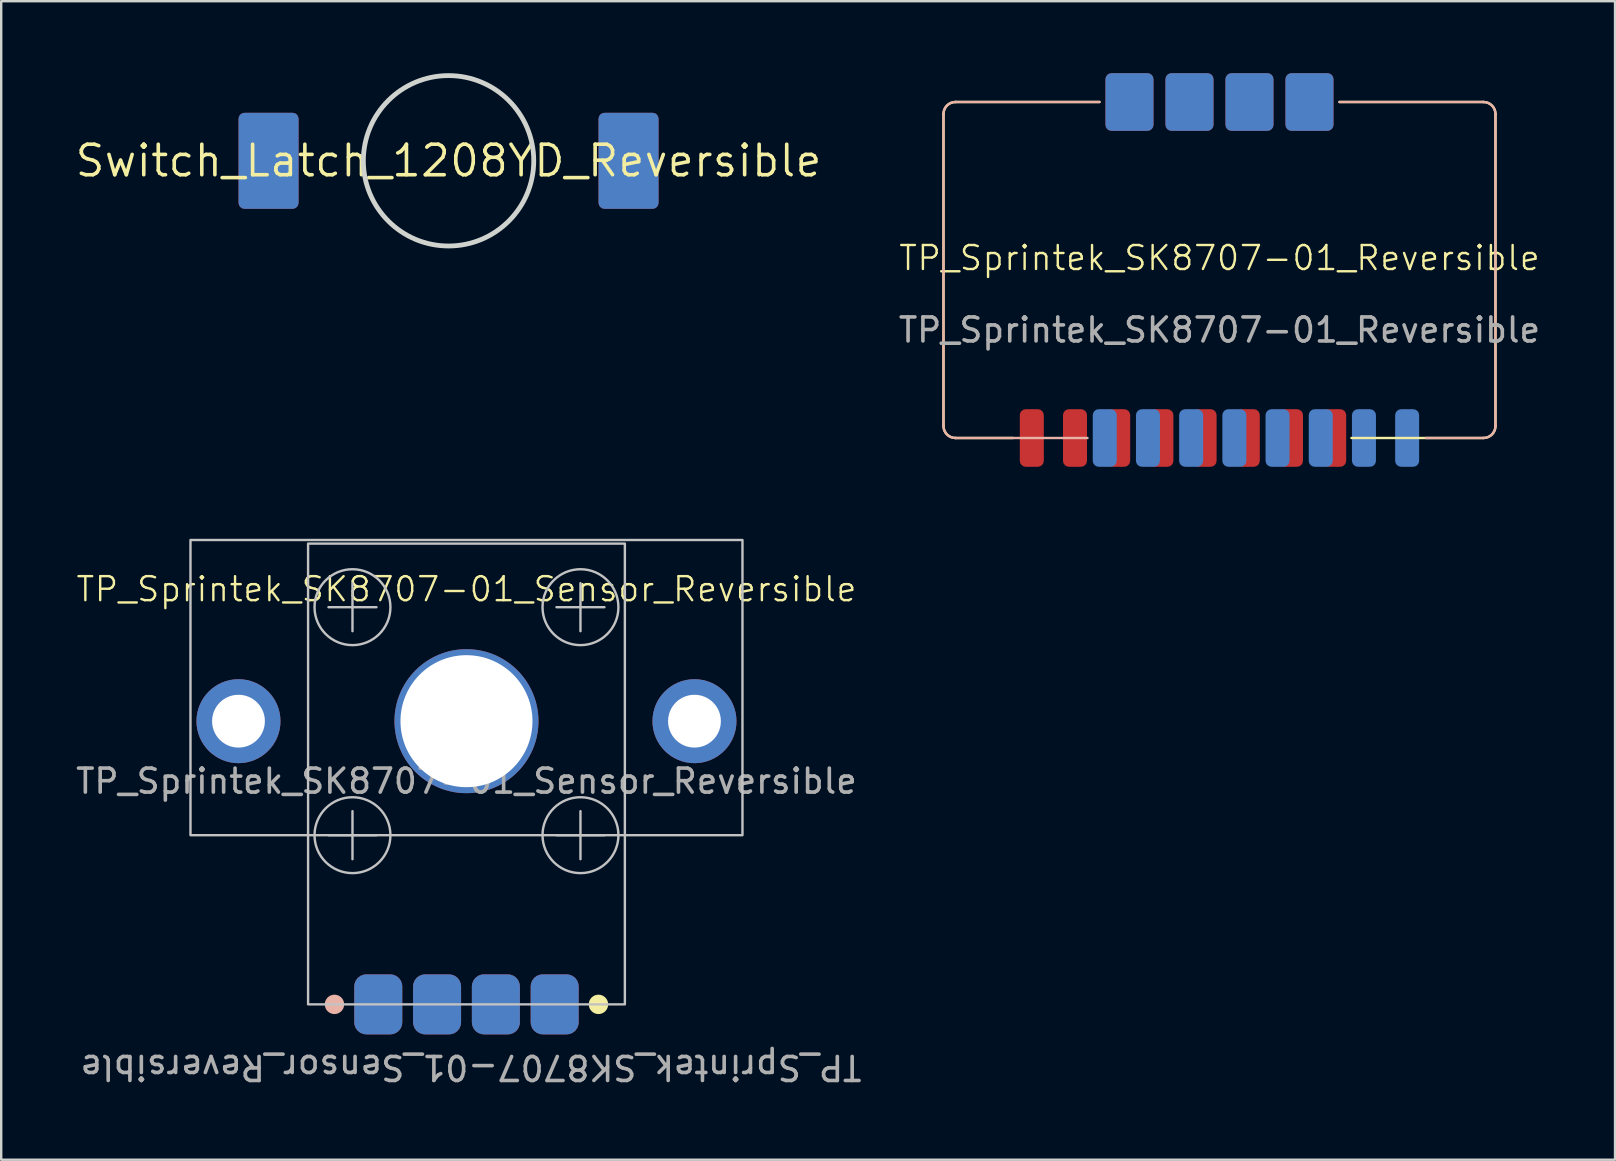
<source format=kicad_pcb>
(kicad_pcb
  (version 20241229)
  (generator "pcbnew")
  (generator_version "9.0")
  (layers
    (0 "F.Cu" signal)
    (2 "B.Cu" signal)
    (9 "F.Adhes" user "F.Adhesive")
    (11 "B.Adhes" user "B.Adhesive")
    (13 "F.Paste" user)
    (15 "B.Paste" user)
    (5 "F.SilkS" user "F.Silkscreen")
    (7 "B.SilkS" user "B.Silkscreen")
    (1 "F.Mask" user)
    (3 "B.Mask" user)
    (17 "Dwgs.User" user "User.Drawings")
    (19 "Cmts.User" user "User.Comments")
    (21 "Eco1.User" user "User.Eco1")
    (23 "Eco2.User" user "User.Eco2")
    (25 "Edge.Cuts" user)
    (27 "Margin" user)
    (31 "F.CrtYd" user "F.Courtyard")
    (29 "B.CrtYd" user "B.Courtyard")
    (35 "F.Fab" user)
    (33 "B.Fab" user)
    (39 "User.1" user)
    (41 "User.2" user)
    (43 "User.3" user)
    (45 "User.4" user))
  (footprint "Switch_Latch_1208YD_Reversible"
    (layer "F.Cu")
    (at 15.64 3.65)
    (property "Reference" "Switch_Latch_1208YD_Reversible" (at 0 0 0) (layer "F.SilkS") (effects (font (size 1.27 1.27) (thickness 0.15))))
    (attr smd)
    (fp_circle (center 0 0) (end 3.55 0) (stroke (width 0.2) (type default)) (fill no) (layer "Edge.Cuts"))
    (pad "1" smd roundrect (at -7.5 0) (size 2.5 4) (layers "F.Cu" "F.Mask" "F.Paste") (roundrect_rratio 0.1))
    (pad "1" smd roundrect (at 7.5 0) (size 2.5 4) (layers "B.Cu" "B.Mask" "B.Paste") (roundrect_rratio 0.1))
    (pad "2" smd roundrect (at -7.5 0) (size 2.5 4) (layers "B.Cu" "B.Mask" "B.Paste") (roundrect_rratio 0.1))
    (pad "2" smd roundrect (at 7.5 0) (size 2.5 4) (layers "F.Cu" "F.Mask" "F.Paste") (roundrect_rratio 0.1)))
  (footprint "TP_Sprintek_SK8707-01_Reversible"
    (layer "F.Cu")
    (at 47.763 8.2)
    (property "Reference" "TP_Sprintek_SK8707-01_Reversible" (at 0 -0.5 0) (unlocked yes) (layer "F.SilkS") (effects (font (size 1 1) (thickness 0.1))))
    (attr smd)
    (fp_line (start -11.5 6.5) (end -11.5 -6.5) (stroke (width 0.1) (type default)) (layer "F.SilkS"))
    (fp_line (start -11 -7) (end -5 -7) (stroke (width 0.1) (type default)) (layer "F.SilkS"))
    (fp_line (start -8.6 7) (end -11 7) (stroke (width 0.1) (type default)) (layer "F.SilkS"))
    (fp_line (start 11 -7) (end 5 -7) (stroke (width 0.1) (type default)) (layer "F.SilkS"))
    (fp_line (start 11 7) (end 5.5 7) (stroke (width 0.1) (type default)) (layer "F.SilkS"))
    (fp_line (start 11.5 -6.5) (end 11.5 6.5) (stroke (width 0.1) (type default)) (layer "F.SilkS"))
    (fp_arc (start -11.5 -6.5) (mid -11.353553 -6.853553) (end -11 -7) (stroke (width 0.1) (type default)) (layer "F.SilkS"))
    (fp_arc (start -11 7) (mid -11.353553 6.853553) (end -11.5 6.5) (stroke (width 0.1) (type default)) (layer "F.SilkS"))
    (fp_arc (start 11 -7) (mid 11.353553 -6.853553) (end 11.5 -6.5) (stroke (width 0.1) (type default)) (layer "F.SilkS"))
    (fp_arc (start 11.5 6.5) (mid 11.353553 6.853553) (end 11 7) (stroke (width 0.1) (type default)) (layer "F.SilkS"))
    (fp_line (start -11.5 -6.5) (end -11.5 6.5) (stroke (width 0.1) (type default)) (layer "B.SilkS"))
    (fp_line (start -11 -7) (end -5 -7) (stroke (width 0.1) (type default)) (layer "B.SilkS"))
    (fp_line (start -11 7) (end -5.5 7) (stroke (width 0.1) (type default)) (layer "B.SilkS"))
    (fp_line (start 8.6 7) (end 11 7) (stroke (width 0.1) (type default)) (layer "B.SilkS"))
    (fp_line (start 11 -7) (end 5 -7) (stroke (width 0.1) (type default)) (layer "B.SilkS"))
    (fp_line (start 11.5 6.5) (end 11.5 -6.5) (stroke (width 0.1) (type default)) (layer "B.SilkS"))
    (fp_arc (start -11.5 -6.5) (mid -11.353553 -6.853553) (end -11 -7) (stroke (width 0.1) (type default)) (layer "B.SilkS"))
    (fp_arc (start -11 7) (mid -11.353553 6.853553) (end -11.5 6.5) (stroke (width 0.1) (type default)) (layer "B.SilkS"))
    (fp_arc (start 11 -7) (mid 11.353553 -6.853553) (end 11.5 -6.5) (stroke (width 0.1) (type default)) (layer "B.SilkS"))
    (fp_arc (start 11.5 6.5) (mid 11.353553 6.853553) (end 11 7) (stroke (width 0.1) (type default)) (layer "B.SilkS"))
    (fp_text user "${REFERENCE}" (at 0 2.5 0) (unlocked yes) (layer "F.Fab") (effects (font (size 1 1) (thickness 0.15))))
    (pad "1" smd roundrect (at -7.82 7) (size 1 2.4) (layers "F.Cu" "F.Mask" "F.Paste") (roundrect_rratio 0.25))
    (pad "1" smd roundrect (at 7.82 7) (size 1 2.4) (layers "B.Cu" "B.Mask" "B.Paste") (roundrect_rratio 0.25))
    (pad "2" smd roundrect (at -6.02 7) (size 1 2.4) (layers "F.Cu" "F.Mask" "F.Paste") (roundrect_rratio 0.25))
    (pad "2" smd roundrect (at 6.02 7) (size 1 2.4) (layers "B.Cu" "B.Mask" "B.Paste") (roundrect_rratio 0.25))
    (pad "3" smd roundrect (at -4.22 7) (size 1 2.4) (layers "F.Cu" "F.Mask" "F.Paste") (roundrect_rratio 0.25))
    (pad "3" smd roundrect (at 4.22 7) (size 1 2.4) (layers "B.Cu" "B.Mask" "B.Paste") (roundrect_rratio 0.25))
    (pad "4" smd roundrect (at -2.42 7) (size 1 2.4) (layers "F.Cu" "F.Mask" "F.Paste") (roundrect_rratio 0.25))
    (pad "4" smd roundrect (at 2.42 7) (size 1 2.4) (layers "B.Cu" "B.Mask" "B.Paste") (roundrect_rratio 0.25))
    (pad "5" smd roundrect (at -0.62 7) (size 1 2.4) (layers "F.Cu" "F.Mask" "F.Paste") (roundrect_rratio 0.25))
    (pad "5" smd roundrect (at 0.62 7) (size 1 2.4) (layers "B.Cu" "B.Mask" "B.Paste") (roundrect_rratio 0.25))
    (pad "6" smd roundrect (at -1.18 7) (size 1 2.4) (layers "B.Cu" "B.Mask" "B.Paste") (roundrect_rratio 0.25))
    (pad "6" smd roundrect (at 1.18 7) (size 1 2.4) (layers "F.Cu" "F.Mask" "F.Paste") (roundrect_rratio 0.25))
    (pad "7" smd roundrect (at -2.98 7) (size 1 2.4) (layers "B.Cu" "B.Mask" "B.Paste") (roundrect_rratio 0.25))
    (pad "7" smd roundrect (at 2.98 7) (size 1 2.4) (layers "F.Cu" "F.Mask" "F.Paste") (roundrect_rratio 0.25))
    (pad "8" smd roundrect (at -4.78 7) (size 1 2.4) (layers "B.Cu" "B.Mask" "B.Paste") (roundrect_rratio 0.25))
    (pad "8" smd roundrect (at 4.78 7) (size 1 2.4) (layers "F.Cu" "F.Mask" "F.Paste") (roundrect_rratio 0.25))
    (pad "9" smd roundrect (at -3.75 -7 270) (size 2.4 2) (layers "F.Cu" "F.Mask" "F.Paste") (roundrect_rratio 0.125))
    (pad "9" smd roundrect (at 3.75 -7 90) (size 2.4 2) (layers "B.Cu" "B.Mask" "B.Paste") (roundrect_rratio 0.125))
    (pad "10" smd roundrect (at -1.25 -7 270) (size 2.4 2) (layers "F.Cu" "F.Mask" "F.Paste") (roundrect_rratio 0.125))
    (pad "10" smd roundrect (at 1.25 -7 90) (size 2.4 2) (layers "B.Cu" "B.Mask" "B.Paste") (roundrect_rratio 0.125))
    (pad "11" smd roundrect (at -1.25 -7 90) (size 2.4 2) (layers "B.Cu" "B.Mask" "B.Paste") (roundrect_rratio 0.125))
    (pad "11" smd roundrect (at 1.25 -7 270) (size 2.4 2) (layers "F.Cu" "F.Mask" "F.Paste") (roundrect_rratio 0.125))
    (pad "12" smd roundrect (at -3.75 -7 90) (size 2.4 2) (layers "B.Cu" "B.Mask" "B.Paste") (roundrect_rratio 0.125))
    (pad "12" smd roundrect (at 3.75 -7 270) (size 2.4 2) (layers "F.Cu" "F.Mask" "F.Paste") (roundrect_rratio 0.125)))
  (footprint "TP_Sprintek_SK8707-01_Sensor_Reversible"
    (layer "F.Cu")
    (at 16.387 27)
    (property "Reference" "TP_Sprintek_SK8707-01_Sensor_Reversible" (at 0 -5.5 0) (unlocked yes) (layer "F.SilkS") (effects (font (size 1 1) (thickness 0.1))))
    (attr smd)
    (fp_circle (center 5.5 11.8) (end 5.854 11.8) (stroke (width 0.1) (type solid)) (fill yes) (layer "F.SilkS"))
    (fp_circle (center -5.5 11.8) (end -5.146 11.8) (stroke (width 0.1) (type solid)) (fill yes) (layer "B.SilkS"))
    (fp_line (start -5.75 -4.75) (end -3.75 -4.75) (stroke (width 0.1) (type default)) (layer "Dwgs.User"))
    (fp_line (start -5.75 4.75) (end -3.75 4.75) (stroke (width 0.1) (type default)) (layer "Dwgs.User"))
    (fp_line (start -4.75 -5.75) (end -4.75 -3.75) (stroke (width 0.1) (type default)) (layer "Dwgs.User"))
    (fp_line (start -4.75 3.75) (end -4.75 5.75) (stroke (width 0.1) (type default)) (layer "Dwgs.User"))
    (fp_line (start 3.75 -4.75) (end 5.75 -4.75) (stroke (width 0.1) (type default)) (layer "Dwgs.User"))
    (fp_line (start 3.75 4.75) (end 5.75 4.75) (stroke (width 0.1) (type default)) (layer "Dwgs.User"))
    (fp_line (start 4.75 -5.75) (end 4.75 -3.75) (stroke (width 0.1) (type default)) (layer "Dwgs.User"))
    (fp_line (start 4.75 3.75) (end 4.75 5.75) (stroke (width 0.1) (type default)) (layer "Dwgs.User"))
    (fp_rect (start -11.5 -7.55) (end 11.5 4.75) (stroke (width 0.1) (type default)) (fill no) (layer "Dwgs.User"))
    (fp_rect (start -6.6 -7.4) (end 6.6 11.8) (stroke (width 0.1) (type default)) (fill no) (layer "Dwgs.User"))
    (fp_circle (center -4.75 -4.75) (end -3.25 -5.25) (stroke (width 0.1) (type default)) (fill no) (layer "Dwgs.User"))
    (fp_circle (center -4.75 4.75) (end -3.25 4.25) (stroke (width 0.1) (type default)) (fill no) (layer "Dwgs.User"))
    (fp_circle (center 4.75 -4.75) (end 6.25 -5.25) (stroke (width 0.1) (type default)) (fill no) (layer "Dwgs.User"))
    (fp_circle (center 4.75 4.75) (end 6.25 4.25) (stroke (width 0.1) (type default)) (fill no) (layer "Dwgs.User"))
    (fp_text user "${REFERENCE}" (at 0.19 14.425 180) (unlocked yes) (layer "F.Fab") (effects (font (size 1 1) (thickness 0.15))))
    (fp_text user "${REFERENCE}" (at 0 2.5 0) (unlocked yes) (layer "F.Fab") (effects (font (size 1 1) (thickness 0.15))))
    (pad "" np_thru_hole circle (at 0 0) (size 6 6) (drill 5.5) (layers "*.Cu" "*.Mask"))
    (pad "1" smd roundrect (at -3.675 11.8 90) (size 2.5 2) (layers "B.Cu" "B.Mask" "B.Paste") (roundrect_rratio 0.25))
    (pad "1" smd roundrect (at 3.675 11.8 270) (size 2.5 2) (layers "F.Cu" "F.Mask" "F.Paste") (roundrect_rratio 0.25))
    (pad "2" smd roundrect (at -1.225 11.8 90) (size 2.5 2) (layers "B.Cu" "B.Mask" "B.Paste") (roundrect_rratio 0.25))
    (pad "2" smd roundrect (at 1.225 11.8 270) (size 2.5 2) (layers "F.Cu" "F.Mask" "F.Paste") (roundrect_rratio 0.25))
    (pad "3" smd roundrect (at -1.225 11.8 270) (size 2.5 2) (layers "F.Cu" "F.Mask" "F.Paste") (roundrect_rratio 0.25))
    (pad "3" smd roundrect (at 1.225 11.8 90) (size 2.5 2) (layers "B.Cu" "B.Mask" "B.Paste") (roundrect_rratio 0.25))
    (pad "4" smd roundrect (at -3.675 11.8 270) (size 2.5 2) (layers "F.Cu" "F.Mask" "F.Paste") (roundrect_rratio 0.25))
    (pad "4" smd roundrect (at 3.675 11.8 90) (size 2.5 2) (layers "B.Cu" "B.Mask" "B.Paste") (roundrect_rratio 0.25))
    (pad "MP" thru_hole circle (at -9.5 0) (size 3.5 3.5) (drill 2.2) (layers "*.Cu" "*.Mask"))
    (pad "MP" thru_hole circle (at 9.5 0) (size 3.5 3.5) (drill 2.2) (layers "*.Cu" "*.Mask")))
  (gr_rect
    (start -3 -3)
    (end 64.245 45.273)
    (stroke (width 0.1) (type default))
    (fill no)
    (layer "Edge.Cuts")))
</source>
